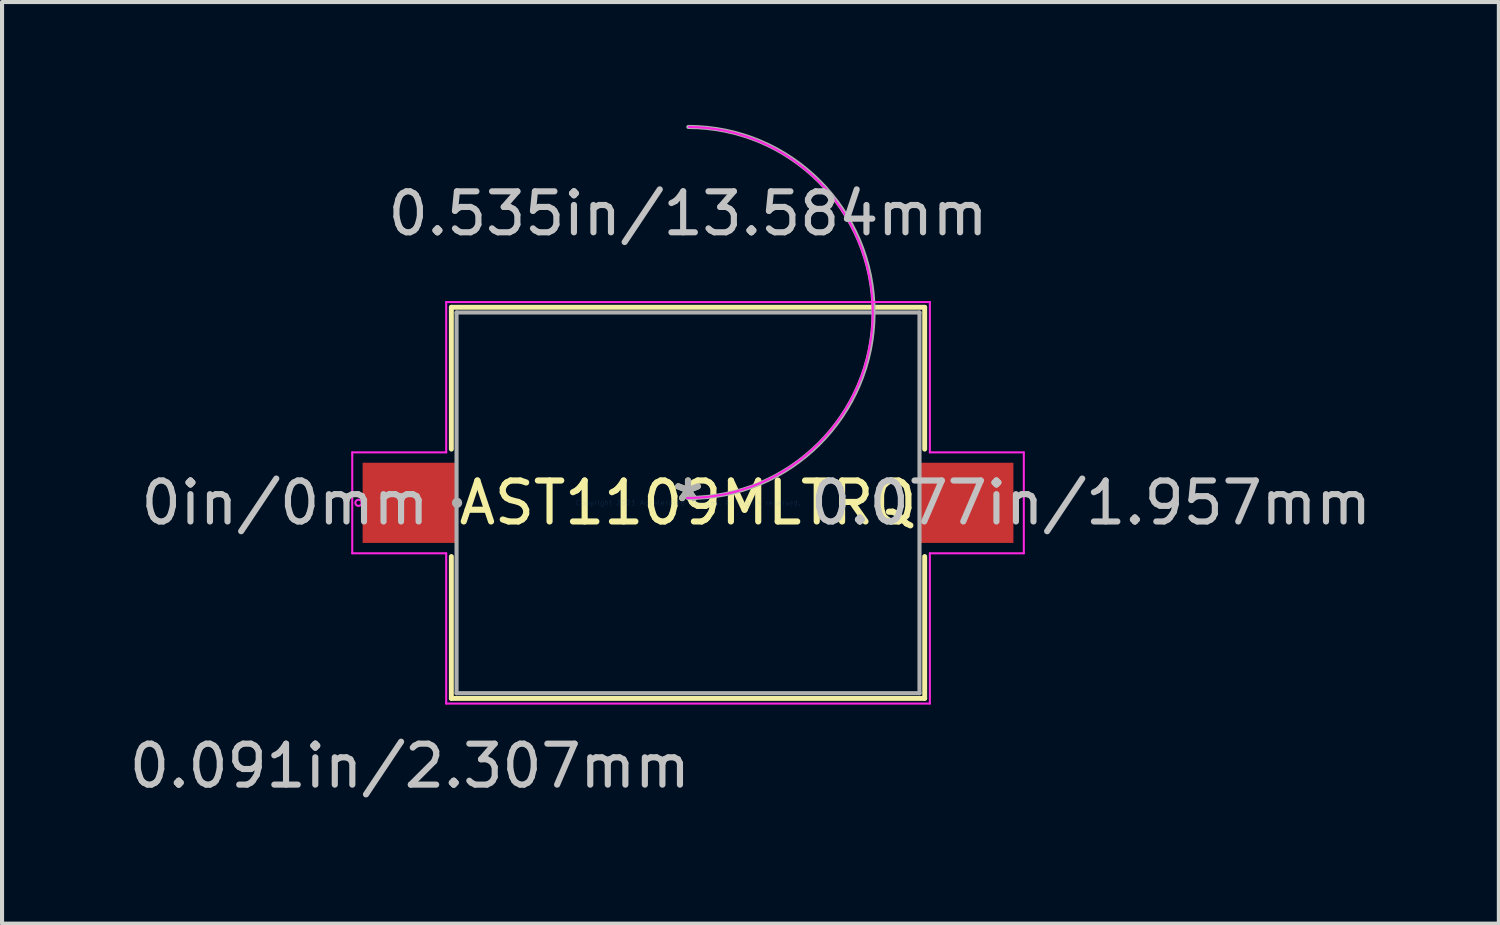
<source format=kicad_pcb>
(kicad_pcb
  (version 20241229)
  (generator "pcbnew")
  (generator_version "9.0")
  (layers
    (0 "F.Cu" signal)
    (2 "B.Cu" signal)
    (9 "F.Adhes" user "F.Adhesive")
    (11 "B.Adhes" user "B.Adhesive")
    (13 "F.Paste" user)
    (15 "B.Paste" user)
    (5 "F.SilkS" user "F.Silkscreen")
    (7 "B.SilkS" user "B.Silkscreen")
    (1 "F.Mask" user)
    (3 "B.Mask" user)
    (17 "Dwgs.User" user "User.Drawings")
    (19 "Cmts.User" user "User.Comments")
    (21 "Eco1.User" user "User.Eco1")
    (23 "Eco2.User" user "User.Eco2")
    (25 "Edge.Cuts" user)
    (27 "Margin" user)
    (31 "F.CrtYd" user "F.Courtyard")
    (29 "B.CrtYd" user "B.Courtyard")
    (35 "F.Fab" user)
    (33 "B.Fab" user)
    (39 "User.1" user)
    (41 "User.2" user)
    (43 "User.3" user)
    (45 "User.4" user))
  (footprint "AST1109MLTRQ"
    (layer "F.Cu")
    (at 13.75 9.228)
    (property "Reference" "AST1109MLTRQ" (at 0 0 0) (layer "F.SilkS") (effects (font (size 1 1) (thickness 0.15))))
    (attr through_hole)
    (fp_line (start -5.779 -4.775) (end -5.779 -1.311) (stroke (width 0.12) (type solid)) (layer "F.SilkS"))
    (fp_line (start -5.779 1.311) (end -5.779 4.775) (stroke (width 0.12) (type solid)) (layer "F.SilkS"))
    (fp_line (start -5.779 4.775) (end 5.779 4.775) (stroke (width 0.12) (type solid)) (layer "F.SilkS"))
    (fp_line (start 5.779 -4.775) (end -5.779 -4.775) (stroke (width 0.12) (type solid)) (layer "F.SilkS"))
    (fp_line (start 5.779 -1.311) (end 5.779 -4.775) (stroke (width 0.12) (type solid)) (layer "F.SilkS"))
    (fp_line (start 5.779 4.775) (end 5.779 1.311) (stroke (width 0.12) (type solid)) (layer "F.SilkS"))
    (fp_line (start -8.199 -1.232) (end -5.905 -1.232) (stroke (width 0.05) (type solid)) (layer "F.CrtYd"))
    (fp_line (start -8.199 1.232) (end -8.199 -1.232) (stroke (width 0.05) (type solid)) (layer "F.CrtYd"))
    (fp_line (start -5.905 -4.902) (end 5.905 -4.902) (stroke (width 0.05) (type solid)) (layer "F.CrtYd"))
    (fp_line (start -5.905 -1.232) (end -5.905 -4.902) (stroke (width 0.05) (type solid)) (layer "F.CrtYd"))
    (fp_line (start -5.905 1.232) (end -8.199 1.232) (stroke (width 0.05) (type solid)) (layer "F.CrtYd"))
    (fp_line (start -5.905 4.902) (end -5.905 1.232) (stroke (width 0.05) (type solid)) (layer "F.CrtYd"))
    (fp_line (start 5.905 -4.902) (end 5.905 -1.232) (stroke (width 0.05) (type solid)) (layer "F.CrtYd"))
    (fp_line (start 5.905 -1.232) (end 8.199 -1.232) (stroke (width 0.05) (type solid)) (layer "F.CrtYd"))
    (fp_line (start 5.905 1.232) (end 5.905 4.902) (stroke (width 0.05) (type solid)) (layer "F.CrtYd"))
    (fp_line (start 5.905 4.902) (end -5.905 4.902) (stroke (width 0.05) (type solid)) (layer "F.CrtYd"))
    (fp_line (start 8.199 -1.232) (end 8.199 1.232) (stroke (width 0.05) (type solid)) (layer "F.CrtYd"))
    (fp_line (start 8.199 1.232) (end 5.905 1.232) (stroke (width 0.05) (type solid)) (layer "F.CrtYd"))
    (fp_arc (start 0.023925 -9.178336) (mid 4.530136 -4.624275) (end -0.023925 -0.118064) (stroke (width 0.05) (type solid)) (layer "F.CrtYd"))
    (fp_circle (center -8.047 0) (end -7.971 0) (stroke (width 0.05) (type solid)) (fill no) (layer "F.CrtYd"))
    (fp_line (start -5.652 -4.648) (end -5.652 4.648) (stroke (width 0.1) (type solid)) (layer "F.Fab"))
    (fp_line (start -5.652 4.648) (end 5.652 4.648) (stroke (width 0.1) (type solid)) (layer "F.Fab"))
    (fp_line (start 5.652 -4.648) (end -5.652 -4.648) (stroke (width 0.1) (type solid)) (layer "F.Fab"))
    (fp_line (start 5.652 4.648) (end 5.652 -4.648) (stroke (width 0.1) (type solid)) (layer "F.Fab"))
    (fp_arc (start 0.007742 -9.178336) (mid 4.530136 -4.640458) (end -0.007742 -0.118064) (stroke (width 0.1) (type solid)) (layer "F.Fab"))
    (fp_circle (center -5.639 0) (end -5.563 0) (stroke (width 0.1) (type solid)) (fill no) (layer "F.Fab"))
    (fp_text user "*" (at 0 0 0) (layer "F.SilkS") (effects (font (size 1 1) (thickness 0.15))))
    (fp_text user "0in/0mm" (at -9.84 0 0) (layer "Dwgs.User") (effects (font (size 1 1) (thickness 0.15))))
    (fp_text user "0.535in/13.584mm" (at 0 -7.061 0) (layer "Dwgs.User") (effects (font (size 1 1) (thickness 0.15))))
    (fp_text user "0.091in/2.307mm" (at -6.792 6.426 0) (layer "Dwgs.User") (effects (font (size 1 1) (thickness 0.15))))
    (fp_text user "0.077in/1.957mm" (at 9.84 0 0) (layer "Dwgs.User") (effects (font (size 1 1) (thickness 0.15))))
    (fp_text user "Copyright 2021 Accelerated Designs. All rights reserved." (at 0 0 0) (layer "Cmts.User") (effects (font (size 0.127 0.127) (thickness 0.002))))
    (fp_text user "*" (at 0 0 0) (layer "F.Fab") (effects (font (size 1 1) (thickness 0.15))))
    (pad "1" smd rect (at -6.792 0) (size 2.307 1.957) (layers "F.Cu" "F.Mask" "F.Paste"))
    (pad "2" smd rect (at 6.792 0) (size 2.307 1.957) (layers "F.Cu" "F.Mask" "F.Paste")))
  (gr_rect
    (start -3 -3)
    (end 33.549 19.503)
    (stroke (width 0.1) (type default))
    (fill no)
    (layer "Edge.Cuts")))
</source>
